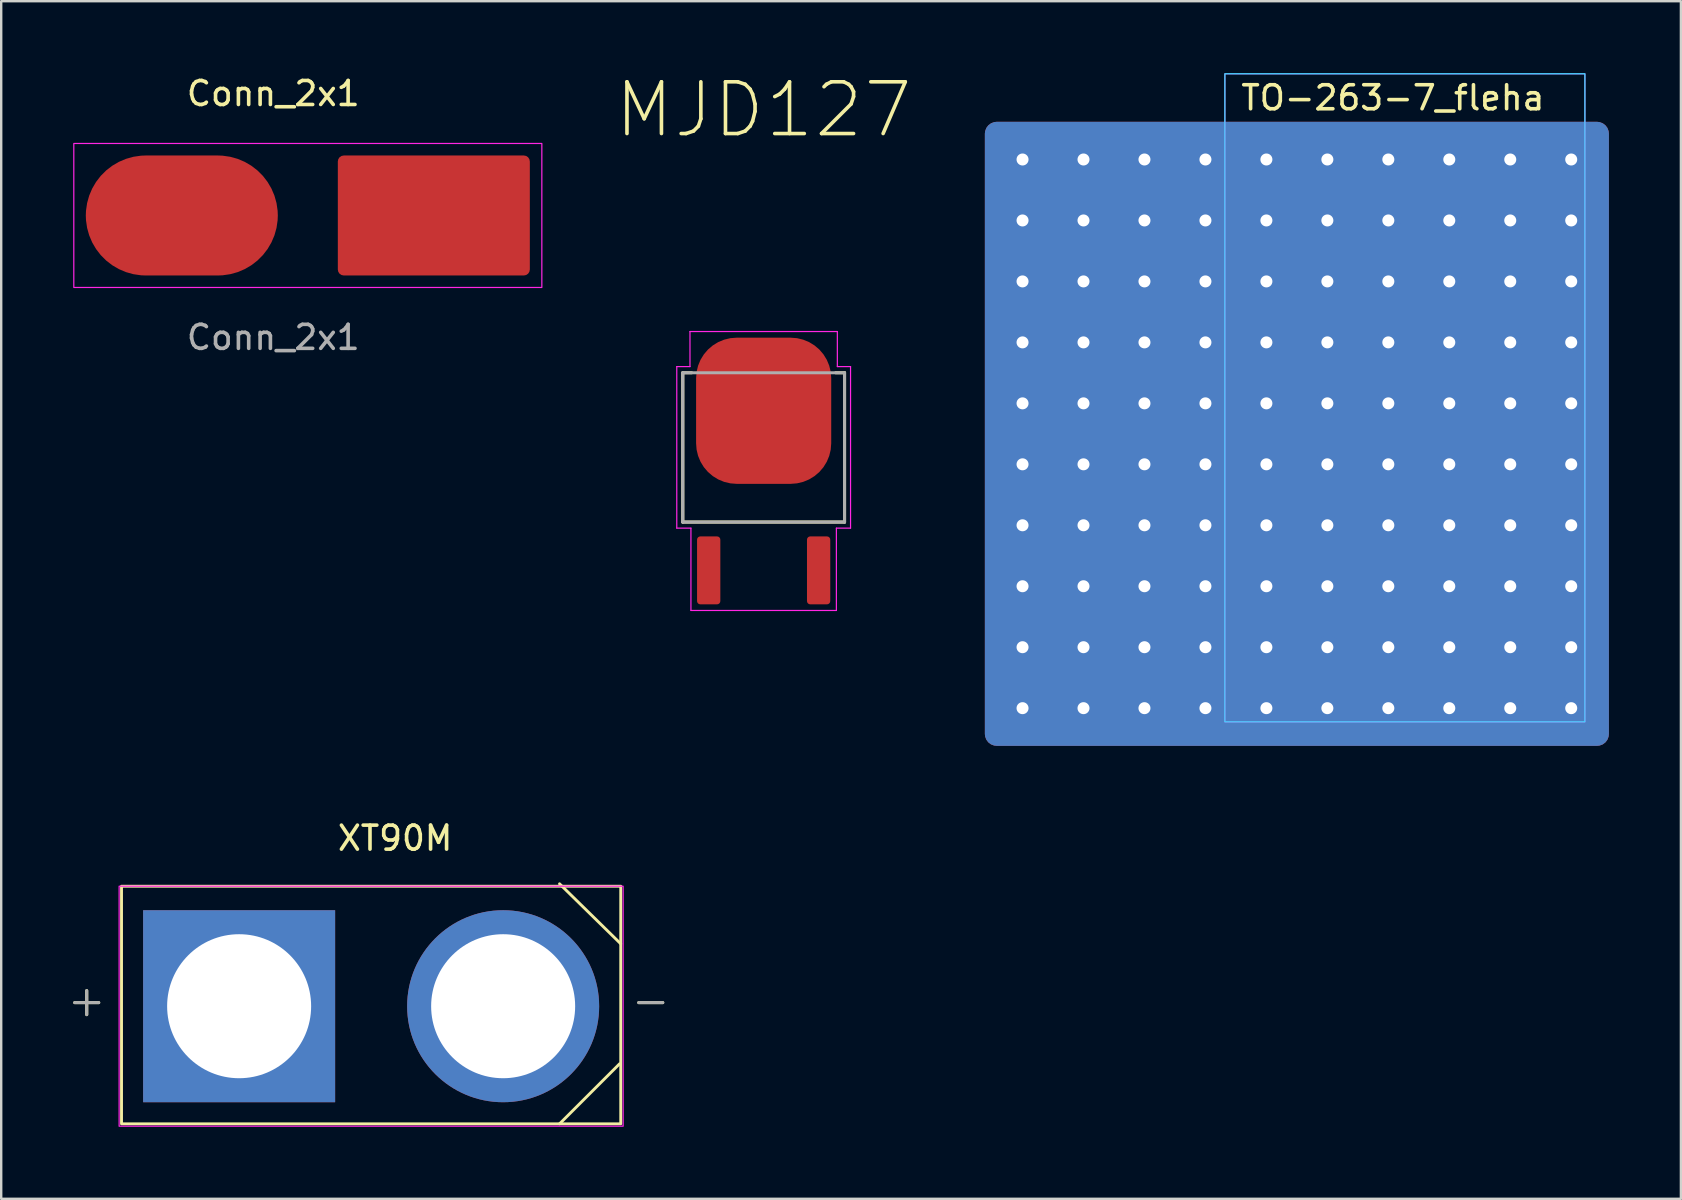
<source format=kicad_pcb>
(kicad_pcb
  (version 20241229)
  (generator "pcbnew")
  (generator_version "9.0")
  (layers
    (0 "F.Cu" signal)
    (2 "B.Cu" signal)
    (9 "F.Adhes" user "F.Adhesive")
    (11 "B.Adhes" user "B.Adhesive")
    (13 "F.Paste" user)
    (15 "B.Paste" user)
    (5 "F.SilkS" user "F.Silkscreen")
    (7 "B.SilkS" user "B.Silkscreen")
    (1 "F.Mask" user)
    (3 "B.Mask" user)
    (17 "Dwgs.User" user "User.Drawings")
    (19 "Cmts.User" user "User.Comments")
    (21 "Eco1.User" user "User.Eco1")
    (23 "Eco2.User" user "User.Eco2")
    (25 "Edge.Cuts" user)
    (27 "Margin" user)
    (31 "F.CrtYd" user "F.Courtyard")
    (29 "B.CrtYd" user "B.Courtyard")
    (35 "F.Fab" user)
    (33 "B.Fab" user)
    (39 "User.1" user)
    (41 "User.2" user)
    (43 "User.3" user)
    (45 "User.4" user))
  (footprint "Conn_2x1"
    (layer "F.Cu")
    (at 4.525 5.928)
    (property "Reference" "Conn_2x1" (at 3.81 -5.08 0) (unlocked yes) (layer "F.SilkS") (effects (font (size 1 1) (thickness 0.15))))
    (attr smd)
    (fp_rect (start 15 -3) (end -4.5 3) (stroke (width 0.05) (type solid)) (fill no) (layer "F.CrtYd"))
    (fp_text user "${REFERENCE}" (at 3.81 5.08 0) (unlocked yes) (layer "F.Fab") (effects (font (size 1 1) (thickness 0.15))))
    (pad "1" smd roundrect (at 0 0) (size 8 5) (layers "F.Cu" "F.Mask" "F.Paste") (roundrect_rratio 0.5))
    (pad "2" smd roundrect (at 10.5 0) (size 8 5) (layers "F.Cu" "F.Mask" "F.Paste") (roundrect_rratio 0.05)))
  (footprint "MJD127"
    (layer "F.Cu")
    (at 28.767 16.574)
    (property "Reference" "MJD127" (at 0.000095 -15.05 0) (layer "F.SilkS") (effects (font (size 2.155 2.155) (thickness 0.15))))
    (attr smd)
    (fp_line (start -3.37 -4.093) (end -3 -4.093) (stroke (width 0.127) (type solid)) (layer "F.SilkS"))
    (fp_line (start -3.37 2.128) (end -3.37 -4.093) (stroke (width 0.127) (type solid)) (layer "F.SilkS"))
    (fp_line (start 3 -4.093) (end 3.37 -4.093) (stroke (width 0.127) (type solid)) (layer "F.SilkS"))
    (fp_line (start 3.37 -4.093) (end 3.37 2.128) (stroke (width 0.127) (type solid)) (layer "F.SilkS"))
    (fp_line (start 3.37 2.128) (end -3.37 2.128) (stroke (width 0.127) (type solid)) (layer "F.SilkS"))
    (fp_line (start -3.62 -4.35) (end -3.07 -4.35) (stroke (width 0.05) (type solid)) (layer "F.CrtYd"))
    (fp_line (start -3.62 2.38) (end -3.62 -4.35) (stroke (width 0.05) (type solid)) (layer "F.CrtYd"))
    (fp_line (start -3.07 -5.81) (end 3.07 -5.81) (stroke (width 0.05) (type solid)) (layer "F.CrtYd"))
    (fp_line (start -3.07 -4.35) (end -3.07 -5.81) (stroke (width 0.05) (type solid)) (layer "F.CrtYd"))
    (fp_line (start -3.03 2.38) (end -3.62 2.38) (stroke (width 0.05) (type solid)) (layer "F.CrtYd"))
    (fp_line (start -3.03 5.81) (end -3.03 2.38) (stroke (width 0.05) (type solid)) (layer "F.CrtYd"))
    (fp_line (start 3.03 2.38) (end 3.03 5.81) (stroke (width 0.05) (type solid)) (layer "F.CrtYd"))
    (fp_line (start 3.03 5.81) (end -3.03 5.81) (stroke (width 0.05) (type solid)) (layer "F.CrtYd"))
    (fp_line (start 3.07 -5.81) (end 3.07 -4.35) (stroke (width 0.05) (type solid)) (layer "F.CrtYd"))
    (fp_line (start 3.07 -4.35) (end 3.62 -4.35) (stroke (width 0.05) (type solid)) (layer "F.CrtYd"))
    (fp_line (start 3.62 -4.35) (end 3.62 2.38) (stroke (width 0.05) (type solid)) (layer "F.CrtYd"))
    (fp_line (start 3.62 2.38) (end 3.03 2.38) (stroke (width 0.05) (type solid)) (layer "F.CrtYd"))
    (fp_line (start -3.37 -4.093) (end 3.37 -4.093) (stroke (width 0.127) (type solid)) (layer "F.Fab"))
    (fp_line (start -3.37 2.128) (end -3.37 -4.093) (stroke (width 0.127) (type solid)) (layer "F.Fab"))
    (fp_line (start 3.37 -4.093) (end 3.37 2.128) (stroke (width 0.127) (type solid)) (layer "F.Fab"))
    (fp_line (start 3.37 2.128) (end -3.37 2.128) (stroke (width 0.127) (type solid)) (layer "F.Fab"))
    (pad "1" smd roundrect (at -2.29 4.14) (size 0.97 2.83) (layers "F.Cu" "F.Mask" "F.Paste") (roundrect_rratio 0.14))
    (pad "2" smd roundrect (at 0 -2.51) (size 5.63 6.09) (layers "F.Cu" "F.Mask" "F.Paste") (roundrect_rratio 0.3))
    (pad "3" smd roundrect (at 2.29 4.14) (size 0.97 2.83) (layers "F.Cu" "F.Mask" "F.Paste") (roundrect_rratio 0.14)))
  (footprint "TO-263-7_fleha"
    (layer "F.Cu")
    (at 50.983 15.025)
    (property "Reference" "TO-263-7_fleha" (at 4 -14 0) (layer "F.SilkS") (effects (font (size 1 1) (thickness 0.15))))
    (attr smd exclude_from_pos_files exclude_from_bom)
    (fp_rect (start 12 -15) (end -3 12) (stroke (width 0.05) (type solid)) (fill no) (layer "B.CrtYd"))
    (fp_rect (start -3 -15) (end 12 12) (stroke (width 0.05) (type solid)) (fill no) (layer "F.CrtYd"))
    (pad "1" thru_hole circle (at -11.43 -11.43) (size 1 1) (drill 0.5) (layers "*.Cu"))
    (pad "1" thru_hole circle (at -11.43 -8.89) (size 1 1) (drill 0.5) (layers "*.Cu"))
    (pad "1" thru_hole circle (at -11.43 -6.35) (size 1 1) (drill 0.5) (layers "*.Cu"))
    (pad "1" thru_hole circle (at -11.43 -3.81) (size 1 1) (drill 0.5) (layers "*.Cu"))
    (pad "1" thru_hole circle (at -11.43 -1.27) (size 1 1) (drill 0.5) (layers "*.Cu"))
    (pad "1" thru_hole circle (at -11.43 1.27) (size 1 1) (drill 0.5) (layers "*.Cu"))
    (pad "1" thru_hole circle (at -11.43 3.81) (size 1 1) (drill 0.5) (layers "*.Cu"))
    (pad "1" thru_hole circle (at -11.43 6.35) (size 1 1) (drill 0.5) (layers "*.Cu"))
    (pad "1" thru_hole circle (at -11.43 8.89) (size 1 1) (drill 0.5) (layers "*.Cu"))
    (pad "1" thru_hole circle (at -11.43 11.43) (size 1 1) (drill 0.5) (layers "*.Cu"))
    (pad "1" thru_hole circle (at -8.89 -11.43) (size 1 1) (drill 0.5) (layers "*.Cu"))
    (pad "1" thru_hole circle (at -8.89 -8.89) (size 1 1) (drill 0.5) (layers "*.Cu"))
    (pad "1" thru_hole circle (at -8.89 -6.35) (size 1 1) (drill 0.5) (layers "*.Cu"))
    (pad "1" thru_hole circle (at -8.89 -3.81) (size 1 1) (drill 0.5) (layers "*.Cu"))
    (pad "1" thru_hole circle (at -8.89 -1.27) (size 1 1) (drill 0.5) (layers "*.Cu"))
    (pad "1" thru_hole circle (at -8.89 1.27) (size 1 1) (drill 0.5) (layers "*.Cu"))
    (pad "1" thru_hole circle (at -8.89 3.81) (size 1 1) (drill 0.5) (layers "*.Cu"))
    (pad "1" thru_hole circle (at -8.89 6.35) (size 1 1) (drill 0.5) (layers "*.Cu"))
    (pad "1" thru_hole circle (at -8.89 8.89) (size 1 1) (drill 0.5) (layers "*.Cu"))
    (pad "1" thru_hole circle (at -8.89 11.43) (size 1 1) (drill 0.5) (layers "*.Cu"))
    (pad "1" thru_hole circle (at -6.35 -11.43) (size 1 1) (drill 0.5) (layers "*.Cu"))
    (pad "1" thru_hole circle (at -6.35 -8.89) (size 1 1) (drill 0.5) (layers "*.Cu"))
    (pad "1" thru_hole circle (at -6.35 -6.35) (size 1 1) (drill 0.5) (layers "*.Cu"))
    (pad "1" thru_hole circle (at -6.35 -3.81) (size 1 1) (drill 0.5) (layers "*.Cu"))
    (pad "1" thru_hole circle (at -6.35 -1.27) (size 1 1) (drill 0.5) (layers "*.Cu"))
    (pad "1" thru_hole circle (at -6.35 1.27) (size 1 1) (drill 0.5) (layers "*.Cu"))
    (pad "1" thru_hole circle (at -6.35 3.81) (size 1 1) (drill 0.5) (layers "*.Cu"))
    (pad "1" thru_hole circle (at -6.35 6.35) (size 1 1) (drill 0.5) (layers "*.Cu"))
    (pad "1" thru_hole circle (at -6.35 8.89) (size 1 1) (drill 0.5) (layers "*.Cu"))
    (pad "1" thru_hole circle (at -6.35 11.43) (size 1 1) (drill 0.5) (layers "*.Cu"))
    (pad "1" thru_hole circle (at -3.81 -11.43) (size 1 1) (drill 0.5) (layers "*.Cu"))
    (pad "1" thru_hole circle (at -3.81 -8.89) (size 1 1) (drill 0.5) (layers "*.Cu"))
    (pad "1" thru_hole circle (at -3.81 -6.35) (size 1 1) (drill 0.5) (layers "*.Cu"))
    (pad "1" thru_hole circle (at -3.81 -3.81) (size 1 1) (drill 0.5) (layers "*.Cu"))
    (pad "1" thru_hole circle (at -3.81 -1.27) (size 1 1) (drill 0.5) (layers "*.Cu"))
    (pad "1" thru_hole circle (at -3.81 1.27) (size 1 1) (drill 0.5) (layers "*.Cu"))
    (pad "1" thru_hole circle (at -3.81 3.81) (size 1 1) (drill 0.5) (layers "*.Cu"))
    (pad "1" thru_hole circle (at -3.81 6.35) (size 1 1) (drill 0.5) (layers "*.Cu"))
    (pad "1" thru_hole circle (at -3.81 8.89) (size 1 1) (drill 0.5) (layers "*.Cu"))
    (pad "1" thru_hole circle (at -3.81 11.43) (size 1 1) (drill 0.5) (layers "*.Cu"))
    (pad "1" thru_hole circle (at -1.27 -11.43) (size 1 1) (drill 0.5) (layers "*.Cu"))
    (pad "1" thru_hole circle (at -1.27 -8.89) (size 1 1) (drill 0.5) (layers "*.Cu"))
    (pad "1" thru_hole circle (at -1.27 -6.35) (size 1 1) (drill 0.5) (layers "*.Cu"))
    (pad "1" thru_hole circle (at -1.27 -3.81) (size 1 1) (drill 0.5) (layers "*.Cu"))
    (pad "1" thru_hole circle (at -1.27 -1.27) (size 1 1) (drill 0.5) (layers "*.Cu"))
    (pad "1" thru_hole circle (at -1.27 1.27) (size 1 1) (drill 0.5) (layers "*.Cu"))
    (pad "1" thru_hole circle (at -1.27 3.81) (size 1 1) (drill 0.5) (layers "*.Cu"))
    (pad "1" thru_hole circle (at -1.27 6.35) (size 1 1) (drill 0.5) (layers "*.Cu"))
    (pad "1" thru_hole circle (at -1.27 8.89) (size 1 1) (drill 0.5) (layers "*.Cu"))
    (pad "1" thru_hole circle (at -1.27 11.43) (size 1 1) (drill 0.5) (layers "*.Cu"))
    (pad "1" smd roundrect (at 0 0) (size 26 26) (layers "F.Cu" "F.Mask") (roundrect_rratio 0.019))
    (pad "1" smd roundrect (at 0 0) (size 26 26) (layers "B.Cu" "B.Mask") (roundrect_rratio 0.019))
    (pad "1" thru_hole circle (at 1.27 -11.43) (size 1 1) (drill 0.5) (layers "*.Cu"))
    (pad "1" thru_hole circle (at 1.27 -8.89) (size 1 1) (drill 0.5) (layers "*.Cu"))
    (pad "1" thru_hole circle (at 1.27 -6.35) (size 1 1) (drill 0.5) (layers "*.Cu"))
    (pad "1" thru_hole circle (at 1.27 -3.81) (size 1 1) (drill 0.5) (layers "*.Cu"))
    (pad "1" thru_hole circle (at 1.27 -1.27) (size 1 1) (drill 0.5) (layers "*.Cu"))
    (pad "1" thru_hole circle (at 1.27 1.27) (size 1 1) (drill 0.5) (layers "*.Cu"))
    (pad "1" thru_hole circle (at 1.27 3.81) (size 1 1) (drill 0.5) (layers "*.Cu"))
    (pad "1" thru_hole circle (at 1.27 6.35) (size 1 1) (drill 0.5) (layers "*.Cu"))
    (pad "1" thru_hole circle (at 1.27 8.89) (size 1 1) (drill 0.5) (layers "*.Cu"))
    (pad "1" thru_hole circle (at 1.27 11.43) (size 1 1) (drill 0.5) (layers "*.Cu"))
    (pad "1" thru_hole circle (at 3.81 -11.43) (size 1 1) (drill 0.5) (layers "*.Cu"))
    (pad "1" thru_hole circle (at 3.81 -8.89) (size 1 1) (drill 0.5) (layers "*.Cu"))
    (pad "1" thru_hole circle (at 3.81 -6.35) (size 1 1) (drill 0.5) (layers "*.Cu"))
    (pad "1" thru_hole circle (at 3.81 -3.81) (size 1 1) (drill 0.5) (layers "*.Cu"))
    (pad "1" thru_hole circle (at 3.81 -1.27) (size 1 1) (drill 0.5) (layers "*.Cu"))
    (pad "1" thru_hole circle (at 3.81 1.27) (size 1 1) (drill 0.5) (layers "*.Cu"))
    (pad "1" thru_hole circle (at 3.81 3.81) (size 1 1) (drill 0.5) (layers "*.Cu"))
    (pad "1" thru_hole circle (at 3.81 6.35) (size 1 1) (drill 0.5) (layers "*.Cu"))
    (pad "1" thru_hole circle (at 3.81 8.89) (size 1 1) (drill 0.5) (layers "*.Cu"))
    (pad "1" thru_hole circle (at 3.81 11.43) (size 1 1) (drill 0.5) (layers "*.Cu"))
    (pad "1" thru_hole circle (at 6.35 -11.43) (size 1 1) (drill 0.5) (layers "*.Cu"))
    (pad "1" thru_hole circle (at 6.35 -8.89) (size 1 1) (drill 0.5) (layers "*.Cu"))
    (pad "1" thru_hole circle (at 6.35 -6.35) (size 1 1) (drill 0.5) (layers "*.Cu"))
    (pad "1" thru_hole circle (at 6.35 -3.81) (size 1 1) (drill 0.5) (layers "*.Cu"))
    (pad "1" thru_hole circle (at 6.35 -1.27) (size 1 1) (drill 0.5) (layers "*.Cu"))
    (pad "1" thru_hole circle (at 6.35 1.27) (size 1 1) (drill 0.5) (layers "*.Cu"))
    (pad "1" thru_hole circle (at 6.35 3.81) (size 1 1) (drill 0.5) (layers "*.Cu"))
    (pad "1" thru_hole circle (at 6.35 6.35) (size 1 1) (drill 0.5) (layers "*.Cu"))
    (pad "1" thru_hole circle (at 6.35 8.89) (size 1 1) (drill 0.5) (layers "*.Cu"))
    (pad "1" thru_hole circle (at 6.35 11.43) (size 1 1) (drill 0.5) (layers "*.Cu"))
    (pad "1" thru_hole circle (at 8.89 -11.43) (size 1 1) (drill 0.5) (layers "*.Cu"))
    (pad "1" thru_hole circle (at 8.89 -8.89) (size 1 1) (drill 0.5) (layers "*.Cu"))
    (pad "1" thru_hole circle (at 8.89 -6.35) (size 1 1) (drill 0.5) (layers "*.Cu"))
    (pad "1" thru_hole circle (at 8.89 -3.81) (size 1 1) (drill 0.5) (layers "*.Cu"))
    (pad "1" thru_hole circle (at 8.89 -1.27) (size 1 1) (drill 0.5) (layers "*.Cu"))
    (pad "1" thru_hole circle (at 8.89 1.27) (size 1 1) (drill 0.5) (layers "*.Cu"))
    (pad "1" thru_hole circle (at 8.89 3.81) (size 1 1) (drill 0.5) (layers "*.Cu"))
    (pad "1" thru_hole circle (at 8.89 6.35) (size 1 1) (drill 0.5) (layers "*.Cu"))
    (pad "1" thru_hole circle (at 8.89 8.89) (size 1 1) (drill 0.5) (layers "*.Cu"))
    (pad "1" thru_hole circle (at 8.89 11.43) (size 1 1) (drill 0.5) (layers "*.Cu"))
    (pad "1" thru_hole circle (at 11.43 -11.43) (size 1 1) (drill 0.5) (layers "*.Cu"))
    (pad "1" thru_hole circle (at 11.43 -8.89) (size 1 1) (drill 0.5) (layers "*.Cu"))
    (pad "1" thru_hole circle (at 11.43 -6.35) (size 1 1) (drill 0.5) (layers "*.Cu"))
    (pad "1" thru_hole circle (at 11.43 -3.81) (size 1 1) (drill 0.5) (layers "*.Cu"))
    (pad "1" thru_hole circle (at 11.43 -1.27) (size 1 1) (drill 0.5) (layers "*.Cu"))
    (pad "1" thru_hole circle (at 11.43 1.27) (size 1 1) (drill 0.5) (layers "*.Cu"))
    (pad "1" thru_hole circle (at 11.43 3.81) (size 1 1) (drill 0.5) (layers "*.Cu"))
    (pad "1" thru_hole circle (at 11.43 6.35) (size 1 1) (drill 0.5) (layers "*.Cu"))
    (pad "1" thru_hole circle (at 11.43 8.89) (size 1 1) (drill 0.5) (layers "*.Cu"))
    (pad "1" thru_hole circle (at 11.43 11.43) (size 1 1) (drill 0.5) (layers "*.Cu")))
  (footprint "XT90M"
    (layer "F.Cu")
    (at 6.913 38.873)
    (property "Reference" "XT90M" (at 6.5 -7 0) (layer "F.SilkS") (effects (font (size 1 1) (thickness 0.15))))
    (attr through_hole)
    (fp_line (start -6.35 0.35) (end -6.35 -0.65) (stroke (width 0.127) (type solid)) (layer "F.SilkS"))
    (fp_line (start -5.85 -0.15) (end -6.85 -0.15) (stroke (width 0.127) (type solid)) (layer "F.SilkS"))
    (fp_line (start 13.35 4.9) (end 15.85 2.4) (stroke (width 0.12) (type solid)) (layer "F.SilkS"))
    (fp_line (start 15.9 -2.6) (end 13.35 -5.1) (stroke (width 0.12) (type solid)) (layer "F.SilkS"))
    (fp_line (start 16.65 -0.15) (end 17.65 -0.15) (stroke (width 0.127) (type solid)) (layer "F.SilkS"))
    (fp_rect (start -4.9 4.9) (end 15.9 -5) (stroke (width 0.12) (type solid)) (fill no) (layer "F.SilkS"))
    (fp_rect (start -5 -5) (end 16 5) (stroke (width 0.05) (type solid)) (fill no) (layer "F.CrtYd"))
    (fp_line (start -6.35 0.35) (end -6.35 -0.65) (stroke (width 0.127) (type solid)) (layer "F.Fab"))
    (fp_line (start -5.85 -0.15) (end -6.85 -0.15) (stroke (width 0.127) (type solid)) (layer "F.Fab"))
    (fp_line (start 17.65 -0.15) (end 16.65 -0.15) (stroke (width 0.127) (type solid)) (layer "F.Fab"))
    (pad "N" thru_hole circle (at 11 0) (size 8 8) (drill 6) (layers "*.Cu" "*.Mask"))
    (pad "P" thru_hole rect (at 0 0) (size 8 8) (drill 6) (layers "*.Cu" "*.Mask")))
  (gr_rect
    (start -3 -3)
    (end 66.983 46.898)
    (stroke (width 0.1) (type default))
    (fill no)
    (layer "Edge.Cuts")))
</source>
